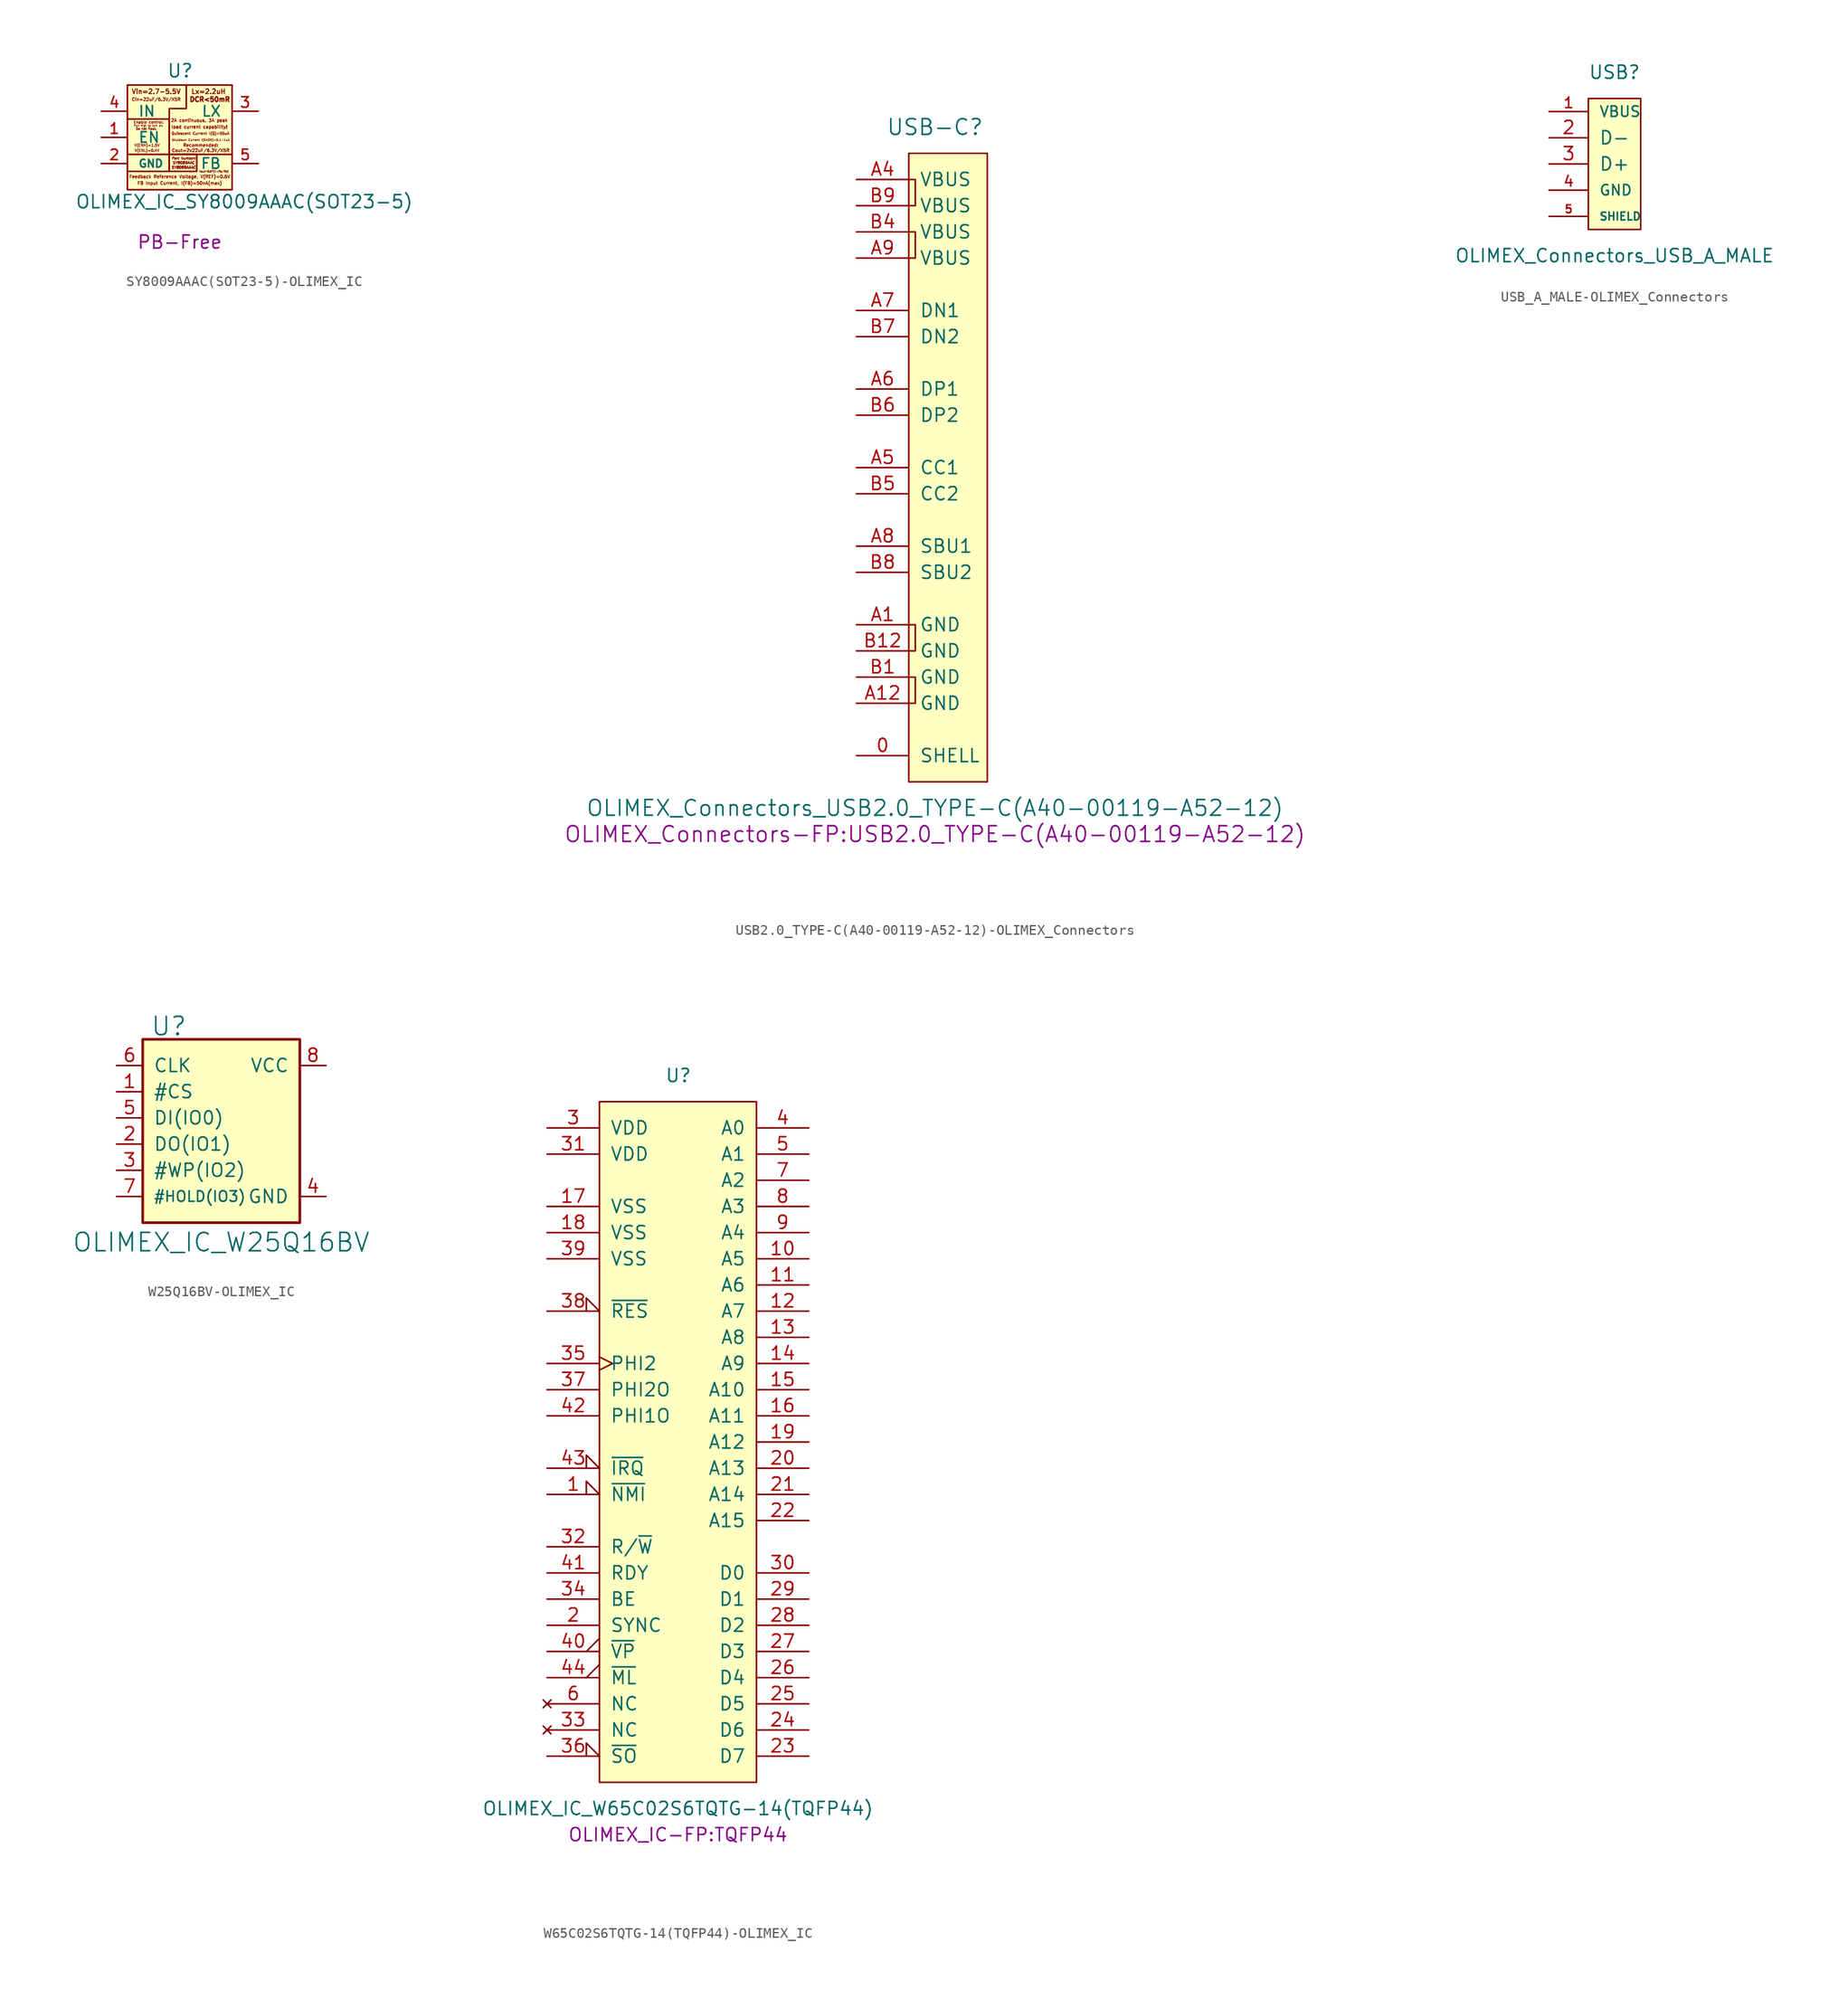
<source format=kicad_sym>
(kicad_symbol_lib
  (version 20220914)
  (generator kicad_symbol_editor)
  (symbol "SY8009AAAC(SOT23-5)-OLIMEX_IC"
    (pin_names
      (offset 1.016))
    (property "Reference" "U"
      (at -1.27 5.715 0)
      (effects (font (size 1.27 1.27)) (justify left bottom)))
    (property "Value" "OLIMEX_IC_SY8009AAAC(SOT23-5)"
      (at -10.16 -6.985 0)
      (effects (font (size 1.27 1.27)) (justify left bottom)))
    (property "Datasheet" ""
      (at 0.762 1.016 0)
      (effects (font (size 1.524 1.524))))
    (property "Note" "PB-Free"
      (at 0 -10.16 0)
      (effects (font (size 1.27 1.27))))
    (symbol "SY8009AAAC(SOT23-5)-OLIMEX_IC_0_0"
      (rectangle (start -1.016 -1.651) (end 1.651 -3.302) (stroke (width 0) (type solid)) (fill (type none)))
      (polyline (pts (xy -1.016 -1.651) (xy -1.016 -3.302) (xy -5.08 -3.302)) (stroke (width 0) (type solid)) (fill (type none)))
      (polyline (pts (xy -5.08 1.778) (xy -1.016 1.778) (xy -1.016 0.254) (xy -1.016 -1.651) (xy -5.08 -1.651)) (stroke (width 0) (type solid)) (fill (type none)))
      (polyline (pts (xy 0.635 5.08) (xy 0.635 4.191) (xy 0.635 2.794) (xy -1.016 2.794) (xy -1.016 1.016) (xy -1.016 -1.651) (xy 5.08 -1.651)) (stroke (width 0) (type solid)) (fill (type none)))
      (text "2A continuous, 3A peak" (at 1.905 1.651 0) (effects (font (size 0.305 0.305) bold)))
      (text "Cin=22uF/6.3V/X5R" (at -2.286 3.683 0) (effects (font (size 0.305 0.305) bold)))
      (text "Cout=2x22uF/6.3V/X5R" (at 2.032 -1.27 0) (effects (font (size 0.305 0.305) bold)))
      (text "DCR<50mR" (at 2.921 3.683 0) (effects (font (size 0.457 0.457))))
      (text "Do not float." (at -3.251 0.838 0) (effects (font (size 0.203 0.203))))
      (text "Enable control." (at -2.997 1.473 0) (effects (font (size 0.254 0.254) bold)))
      (text "FB Input Current, I(FB)=50nA(max)" (at 0 -4.445 0) (effects (font (size 0.305 0.305) bold)))
      (text "Feedback Reference Voltage, V(REF)=0.6V" (at 0 -3.81 0) (effects (font (size 0.305 0.305) bold)))
      (text "load current capability!" (at 1.905 1.016 0) (effects (font (size 0.305 0.305) bold)))
      (text "Lx=2.2uH" (at 2.794 4.445 0) (effects (font (size 0.457 0.457) bold)))
      (text "Part Number:" (at 0.381 -2.032 0) (effects (font (size 0.229 0.229) italic)))
      (text "Pull high to turn on." (at -3.023 1.143 0) (effects (font (size 0.178 0.178) bold)))
      (text "Quiescent Current I(Q)=55uA" (at 2.007 0.381 0) (effects (font (size 0.254 0.254) bold)))
      (text "Recommended:" (at 2.032 -0.762 0) (effects (font (size 0.305 0.305) bold)))
      (text "Shutdown Current I(SHDN)=0.1-1uA" (at 2.032 -0.254 0) (effects (font (size 0.203 0.203) bold)))
      (text "SY8089AAAC" (at 0.381 -2.921 0) (effects (font (size 0.254 0.254) italic)))
      (text "SY8089AAC" (at 0.381 -2.464 0) (effects (font (size 0.254 0.254) italic)))
      (text "V(ENH)=1.5V" (at -3.175 -0.762 0) (effects (font (size 0.254 0.254) bold)))
      (text "V(ENL)=0.4V" (at -3.175 -1.27 0) (effects (font (size 0.254 0.254) bold)))
      (text "Vin=2.7-5.5V" (at -2.286 4.445 0) (effects (font (size 0.457 0.457) bold)))
      (text "Vout=0.6*(1+Ra/Rb)" (at 3.302 -3.302 0) (effects (font (size 0.178 0.178) italic))))
    (symbol "SY8009AAAC(SOT23-5)-OLIMEX_IC_0_1"
      (rectangle (start -5.08 5.08) (end 5.08 -5.08) (stroke (width 0) (type solid)) (fill (type background))))
    (symbol "SY8009AAAC(SOT23-5)-OLIMEX_IC_1_1"
      (pin input line (at -7.62 0 0) (length 2.54) (name "EN" (effects (font (size 1.016 1.016)))) (number "1" (effects (font (size 1.016 1.016)))))
      (pin power_in line (at -7.62 -2.54 0) (length 2.54) (name "GND" (effects (font (size 0.762 0.762)))) (number "2" (effects (font (size 1.016 1.016)))))
      (pin output line (at 7.62 2.54 180) (length 2.54) (name "LX" (effects (font (size 1.016 1.016)))) (number "3" (effects (font (size 1.016 1.016)))))
      (pin input line (at -7.62 2.54 0) (length 2.54) (name "IN" (effects (font (size 1.016 1.016)))) (number "4" (effects (font (size 1.016 1.016)))))
      (pin input line (at 7.62 -2.54 180) (length 2.54) (name "FB" (effects (font (size 1.016 1.016)))) (number "5" (effects (font (size 1.016 1.016)))))))
  (symbol "USB2.0_TYPE-C(A40-00119-A52-12)-OLIMEX_Connectors"
    (pin_names
      (offset 1.016))
    (property "Reference" "USB-C"
      (at 0 33.02 0)
      (effects (font (size 1.524 1.524))))
    (property "Value" "OLIMEX_Connectors_USB2.0_TYPE-C(A40-00119-A52-12)"
      (at 0 -33.02 0)
      (effects (font (size 1.524 1.524))))
    (property "Footprint" "OLIMEX_Connectors-FP:USB2.0_TYPE-C(A40-00119-A52-12)"
      (at 0 -35.56 0)
      (effects (font (size 1.524 1.524))))
    (property "Datasheet" ""
      (at 2.54 0 0)
      (effects (font (size 1.524 1.524))))
    (symbol "USB2.0_TYPE-C(A40-00119-A52-12)-OLIMEX_Connectors_0_1"
      (rectangle (start -2.54 30.48) (end 5.08 -30.48) (stroke (width 0) (type solid)) (fill (type background)))
      (polyline (pts (xy -2.54 -20.32) (xy -1.905 -20.32) (xy -1.905 -22.86) (xy -2.54 -22.86)) (stroke (width 0) (type solid)) (fill (type none)))
      (polyline (pts (xy -2.54 -15.24) (xy -1.905 -15.24) (xy -1.905 -17.78) (xy -2.54 -17.78)) (stroke (width 0) (type solid)) (fill (type none)))
      (polyline (pts (xy -2.54 22.86) (xy -1.905 22.86) (xy -1.905 20.32) (xy -2.54 20.32)) (stroke (width 0) (type solid)) (fill (type none)))
      (polyline (pts (xy -2.54 27.94) (xy -1.905 27.94) (xy -1.905 25.4) (xy -2.54 25.4)) (stroke (width 0) (type solid)) (fill (type none))))
    (symbol "USB2.0_TYPE-C(A40-00119-A52-12)-OLIMEX_Connectors_1_1"
      (pin passive line (at -7.62 -27.94 0) (length 5.08) (name "SHELL" (effects (font (size 1.27 1.27)))) (number "0" (effects (font (size 1.27 1.27)))))
      (pin power_in line (at -7.62 -15.24 0) (length 5.08) (name "GND" (effects (font (size 1.27 1.27)))) (number "A1" (effects (font (size 1.27 1.27)))))
      (pin power_in line (at -7.62 -22.86 0) (length 5.08) (name "GND" (effects (font (size 1.27 1.27)))) (number "A12" (effects (font (size 1.27 1.27)))))
      (pin power_in line (at -7.62 27.94 0) (length 5.08) (name "VBUS" (effects (font (size 1.27 1.27)))) (number "A4" (effects (font (size 1.27 1.27)))))
      (pin input line (at -7.62 0 0) (length 5.08) (name "CC1" (effects (font (size 1.27 1.27)))) (number "A5" (effects (font (size 1.27 1.27)))))
      (pin bidirectional line (at -7.62 7.62 0) (length 5.08) (name "DP1" (effects (font (size 1.27 1.27)))) (number "A6" (effects (font (size 1.27 1.27)))))
      (pin bidirectional line (at -7.62 15.24 0) (length 5.08) (name "DN1" (effects (font (size 1.27 1.27)))) (number "A7" (effects (font (size 1.27 1.27)))))
      (pin bidirectional line (at -7.62 -7.62 0) (length 5.08) (name "SBU1" (effects (font (size 1.27 1.27)))) (number "A8" (effects (font (size 1.27 1.27)))))
      (pin power_in line (at -7.62 20.32 0) (length 5.08) (name "VBUS" (effects (font (size 1.27 1.27)))) (number "A9" (effects (font (size 1.27 1.27)))))
      (pin power_in line (at -7.62 -20.32 0) (length 5.08) (name "GND" (effects (font (size 1.27 1.27)))) (number "B1" (effects (font (size 1.27 1.27)))))
      (pin power_in line (at -7.62 -17.78 0) (length 5.08) (name "GND" (effects (font (size 1.27 1.27)))) (number "B12" (effects (font (size 1.27 1.27)))))
      (pin power_in line (at -7.62 22.86 0) (length 5.08) (name "VBUS" (effects (font (size 1.27 1.27)))) (number "B4" (effects (font (size 1.27 1.27)))))
      (pin input line (at -7.62 -2.54 0) (length 5.08) (name "CC2" (effects (font (size 1.27 1.27)))) (number "B5" (effects (font (size 1.27 1.27)))))
      (pin bidirectional line (at -7.62 5.08 0) (length 5.08) (name "DP2" (effects (font (size 1.27 1.27)))) (number "B6" (effects (font (size 1.27 1.27)))))
      (pin bidirectional line (at -7.62 12.7 0) (length 5.08) (name "DN2" (effects (font (size 1.27 1.27)))) (number "B7" (effects (font (size 1.27 1.27)))))
      (pin bidirectional line (at -7.62 -10.16 0) (length 5.08) (name "SBU2" (effects (font (size 1.27 1.27)))) (number "B8" (effects (font (size 1.27 1.27)))))
      (pin power_in line (at -7.62 25.4 0) (length 5.08) (name "VBUS" (effects (font (size 1.27 1.27)))) (number "B9" (effects (font (size 1.27 1.27)))))))
  (symbol "USB_A_MALE-OLIMEX_Connectors"
    (pin_names
      (offset 1.016))
    (property "Reference" "USB"
      (at 1.27 6.35 0)
      (effects (font (size 1.27 1.27))))
    (property "Value" "OLIMEX_Connectors_USB_A_MALE"
      (at 1.27 -11.43 0)
      (effects (font (size 1.27 1.27))))
    (symbol "USB_A_MALE-OLIMEX_Connectors_1_1"
      (rectangle (start 3.81 3.81) (end -1.27 -8.89) (stroke (width 0) (type solid)) (fill (type background)))
      (pin input line (at -5.08 2.54 0) (length 3.81) (name "VBUS" (effects (font (size 1.016 1.016)))) (number "1" (effects (font (size 1.016 1.016)))))
      (pin bidirectional line (at -5.08 0 0) (length 3.81) (name "D-" (effects (font (size 1.27 1.27)))) (number "2" (effects (font (size 1.27 1.27)))))
      (pin bidirectional line (at -5.08 -2.54 0) (length 3.81) (name "D+" (effects (font (size 1.27 1.27)))) (number "3" (effects (font (size 1.27 1.27)))))
      (pin power_in line (at -5.08 -5.08 0) (length 3.81) (name "GND" (effects (font (size 1.016 1.016)))) (number "4" (effects (font (size 1.016 1.016)))))
      (pin passive line (at -5.08 -7.62 0) (length 3.81) (name "SHIELD" (effects (font (size 0.762 0.762)))) (number "5" (effects (font (size 0.762 0.762)))))))
  (symbol "W25Q16BV-OLIMEX_IC"
    (pin_names
      (offset 1.016))
    (property "Reference" "U"
      (at -5.08 10.16 0)
      (effects (font (size 1.778 1.778))))
    (property "Value" "OLIMEX_IC_W25Q16BV"
      (at 0 -10.795 0)
      (effects (font (size 1.778 1.778))))
    (property "Footprint" ""
      (at -2.54 0 0)
      (effects (font (size 2.54 2.54))))
    (property "Datasheet" ""
      (at -2.54 0 0)
      (effects (font (size 2.54 2.54))))
    (symbol "W25Q16BV-OLIMEX_IC_0_1"
      (polyline (pts (xy 7.62 8.89) (xy 7.62 -8.89) (xy -7.62 -8.89) (xy -7.62 8.89) (xy 7.62 8.89)) (stroke (width 0.254) (type solid)) (fill (type background))))
    (symbol "W25Q16BV-OLIMEX_IC_1_1"
      (pin passive line (at -10.16 3.81 0) (length 2.54) (name "#CS" (effects (font (size 1.27 1.27)))) (number "1" (effects (font (size 1.27 1.27)))))
      (pin passive line (at -10.16 -1.27 0) (length 2.54) (name "DO(IO1)" (effects (font (size 1.27 1.27)))) (number "2" (effects (font (size 1.27 1.27)))))
      (pin passive line (at -10.16 -3.81 0) (length 2.54) (name "#WP(IO2)" (effects (font (size 1.27 1.27)))) (number "3" (effects (font (size 1.27 1.27)))))
      (pin power_in line (at 10.16 -6.35 180) (length 2.54) (name "GND" (effects (font (size 1.27 1.27)))) (number "4" (effects (font (size 1.27 1.27)))))
      (pin passive line (at -10.16 1.27 0) (length 2.54) (name "DI(IO0)" (effects (font (size 1.27 1.27)))) (number "5" (effects (font (size 1.27 1.27)))))
      (pin passive line (at -10.16 6.35 0) (length 2.54) (name "CLK" (effects (font (size 1.27 1.27)))) (number "6" (effects (font (size 1.27 1.27)))))
      (pin passive line (at -10.16 -6.35 0) (length 2.54) (name "#HOLD(IO3)" (effects (font (size 1.016 1.016)))) (number "7" (effects (font (size 1.27 1.27)))))
      (pin power_in line (at 10.16 6.35 180) (length 2.54) (name "VCC" (effects (font (size 1.27 1.27)))) (number "8" (effects (font (size 1.27 1.27)))))))
  (symbol "W65C02S6TQTG-14(TQFP44)-OLIMEX_IC"
    (pin_names
      (offset 1.016))
    (property "Reference" "U"
      (at -1.27 35.56 0)
      (effects (font (size 1.27 1.27)) (justify left)))
    (property "Value" "OLIMEX_IC_W65C02S6TQTG-14(TQFP44)"
      (at 0 -35.56 0)
      (effects (font (size 1.27 1.27))))
    (property "Footprint" "OLIMEX_IC-FP:TQFP44"
      (at 0 -38.1 0)
      (effects (font (size 1.27 1.27))))
    (symbol "W65C02S6TQTG-14(TQFP44)-OLIMEX_IC_0_1"
      (rectangle (start -7.62 33.02) (end 7.62 -33.02) (stroke (width 0) (type solid)) (fill (type background))))
    (symbol "W65C02S6TQTG-14(TQFP44)-OLIMEX_IC_1_1"
      (pin input input_low (at -12.7 -5.08 0) (length 5.08) (name "~{NMI}" (effects (font (size 1.27 1.27)))) (number "1" (effects (font (size 1.27 1.27)))))
      (pin tri_state line (at 12.7 17.78 180) (length 5.08) (name "A5" (effects (font (size 1.27 1.27)))) (number "10" (effects (font (size 1.27 1.27)))))
      (pin tri_state line (at 12.7 15.24 180) (length 5.08) (name "A6" (effects (font (size 1.27 1.27)))) (number "11" (effects (font (size 1.27 1.27)))))
      (pin tri_state line (at 12.7 12.7 180) (length 5.08) (name "A7" (effects (font (size 1.27 1.27)))) (number "12" (effects (font (size 1.27 1.27)))))
      (pin tri_state line (at 12.7 10.16 180) (length 5.08) (name "A8" (effects (font (size 1.27 1.27)))) (number "13" (effects (font (size 1.27 1.27)))))
      (pin tri_state line (at 12.7 7.62 180) (length 5.08) (name "A9" (effects (font (size 1.27 1.27)))) (number "14" (effects (font (size 1.27 1.27)))))
      (pin tri_state line (at 12.7 5.08 180) (length 5.08) (name "A10" (effects (font (size 1.27 1.27)))) (number "15" (effects (font (size 1.27 1.27)))))
      (pin tri_state line (at 12.7 2.54 180) (length 5.08) (name "A11" (effects (font (size 1.27 1.27)))) (number "16" (effects (font (size 1.27 1.27)))))
      (pin power_in line (at -12.7 22.86 0) (length 5.08) (name "VSS" (effects (font (size 1.27 1.27)))) (number "17" (effects (font (size 1.27 1.27)))))
      (pin power_in line (at -12.7 20.32 0) (length 5.08) (name "VSS" (effects (font (size 1.27 1.27)))) (number "18" (effects (font (size 1.27 1.27)))))
      (pin tri_state line (at 12.7 0 180) (length 5.08) (name "A12" (effects (font (size 1.27 1.27)))) (number "19" (effects (font (size 1.27 1.27)))))
      (pin output line (at -12.7 -17.78 0) (length 5.08) (name "SYNC" (effects (font (size 1.27 1.27)))) (number "2" (effects (font (size 1.27 1.27)))))
      (pin tri_state line (at 12.7 -2.54 180) (length 5.08) (name "A13" (effects (font (size 1.27 1.27)))) (number "20" (effects (font (size 1.27 1.27)))))
      (pin tri_state line (at 12.7 -5.08 180) (length 5.08) (name "A14" (effects (font (size 1.27 1.27)))) (number "21" (effects (font (size 1.27 1.27)))))
      (pin tri_state line (at 12.7 -7.62 180) (length 5.08) (name "A15" (effects (font (size 1.27 1.27)))) (number "22" (effects (font (size 1.27 1.27)))))
      (pin bidirectional line (at 12.7 -30.48 180) (length 5.08) (name "D7" (effects (font (size 1.27 1.27)))) (number "23" (effects (font (size 1.27 1.27)))))
      (pin bidirectional line (at 12.7 -27.94 180) (length 5.08) (name "D6" (effects (font (size 1.27 1.27)))) (number "24" (effects (font (size 1.27 1.27)))))
      (pin bidirectional line (at 12.7 -25.4 180) (length 5.08) (name "D5" (effects (font (size 1.27 1.27)))) (number "25" (effects (font (size 1.27 1.27)))))
      (pin bidirectional line (at 12.7 -22.86 180) (length 5.08) (name "D4" (effects (font (size 1.27 1.27)))) (number "26" (effects (font (size 1.27 1.27)))))
      (pin bidirectional line (at 12.7 -20.32 180) (length 5.08) (name "D3" (effects (font (size 1.27 1.27)))) (number "27" (effects (font (size 1.27 1.27)))))
      (pin bidirectional line (at 12.7 -17.78 180) (length 5.08) (name "D2" (effects (font (size 1.27 1.27)))) (number "28" (effects (font (size 1.27 1.27)))))
      (pin bidirectional line (at 12.7 -15.24 180) (length 5.08) (name "D1" (effects (font (size 1.27 1.27)))) (number "29" (effects (font (size 1.27 1.27)))))
      (pin power_in line (at -12.7 30.48 0) (length 5.08) (name "VDD" (effects (font (size 1.27 1.27)))) (number "3" (effects (font (size 1.27 1.27)))))
      (pin bidirectional line (at 12.7 -12.7 180) (length 5.08) (name "D0" (effects (font (size 1.27 1.27)))) (number "30" (effects (font (size 1.27 1.27)))))
      (pin power_in line (at -12.7 27.94 0) (length 5.08) (name "VDD" (effects (font (size 1.27 1.27)))) (number "31" (effects (font (size 1.27 1.27)))))
      (pin output line (at -12.7 -10.16 0) (length 5.08) (name "R/~{W}" (effects (font (size 1.27 1.27)))) (number "32" (effects (font (size 1.27 1.27)))))
      (pin no_connect line (at -12.7 -27.94 0) (length 5.08) (name "NC" (effects (font (size 1.27 1.27)))) (number "33" (effects (font (size 1.27 1.27)))))
      (pin input line (at -12.7 -15.24 0) (length 5.08) (name "BE" (effects (font (size 1.27 1.27)))) (number "34" (effects (font (size 1.27 1.27)))))
      (pin input clock (at -12.7 7.62 0) (length 5.08) (name "PHI2" (effects (font (size 1.27 1.27)))) (number "35" (effects (font (size 1.27 1.27)))))
      (pin input input_low (at -12.7 -30.48 0) (length 5.08) (name "~{SO}" (effects (font (size 1.27 1.27)))) (number "36" (effects (font (size 1.27 1.27)))))
      (pin output line (at -12.7 5.08 0) (length 5.08) (name "PHI2O" (effects (font (size 1.27 1.27)))) (number "37" (effects (font (size 1.27 1.27)))))
      (pin input input_low (at -12.7 12.7 0) (length 5.08) (name "~{RES}" (effects (font (size 1.27 1.27)))) (number "38" (effects (font (size 1.27 1.27)))))
      (pin power_in line (at -12.7 17.78 0) (length 5.08) (name "VSS" (effects (font (size 1.27 1.27)))) (number "39" (effects (font (size 1.27 1.27)))))
      (pin tri_state line (at 12.7 30.48 180) (length 5.08) (name "A0" (effects (font (size 1.27 1.27)))) (number "4" (effects (font (size 1.27 1.27)))))
      (pin output output_low (at -12.7 -20.32 0) (length 5.08) (name "~{VP}" (effects (font (size 1.27 1.27)))) (number "40" (effects (font (size 1.27 1.27)))))
      (pin bidirectional line (at -12.7 -12.7 0) (length 5.08) (name "RDY" (effects (font (size 1.27 1.27)))) (number "41" (effects (font (size 1.27 1.27)))))
      (pin output line (at -12.7 2.54 0) (length 5.08) (name "PHI1O" (effects (font (size 1.27 1.27)))) (number "42" (effects (font (size 1.27 1.27)))))
      (pin input input_low (at -12.7 -2.54 0) (length 5.08) (name "~{IRQ}" (effects (font (size 1.27 1.27)))) (number "43" (effects (font (size 1.27 1.27)))))
      (pin output output_low (at -12.7 -22.86 0) (length 5.08) (name "~{ML}" (effects (font (size 1.27 1.27)))) (number "44" (effects (font (size 1.27 1.27)))))
      (pin tri_state line (at 12.7 27.94 180) (length 5.08) (name "A1" (effects (font (size 1.27 1.27)))) (number "5" (effects (font (size 1.27 1.27)))))
      (pin no_connect line (at -12.7 -25.4 0) (length 5.08) (name "NC" (effects (font (size 1.27 1.27)))) (number "6" (effects (font (size 1.27 1.27)))))
      (pin tri_state line (at 12.7 25.4 180) (length 5.08) (name "A2" (effects (font (size 1.27 1.27)))) (number "7" (effects (font (size 1.27 1.27)))))
      (pin tri_state line (at 12.7 22.86 180) (length 5.08) (name "A3" (effects (font (size 1.27 1.27)))) (number "8" (effects (font (size 1.27 1.27)))))
      (pin tri_state line (at 12.7 20.32 180) (length 5.08) (name "A4" (effects (font (size 1.27 1.27)))) (number "9" (effects (font (size 1.27 1.27))))))))
</source>
